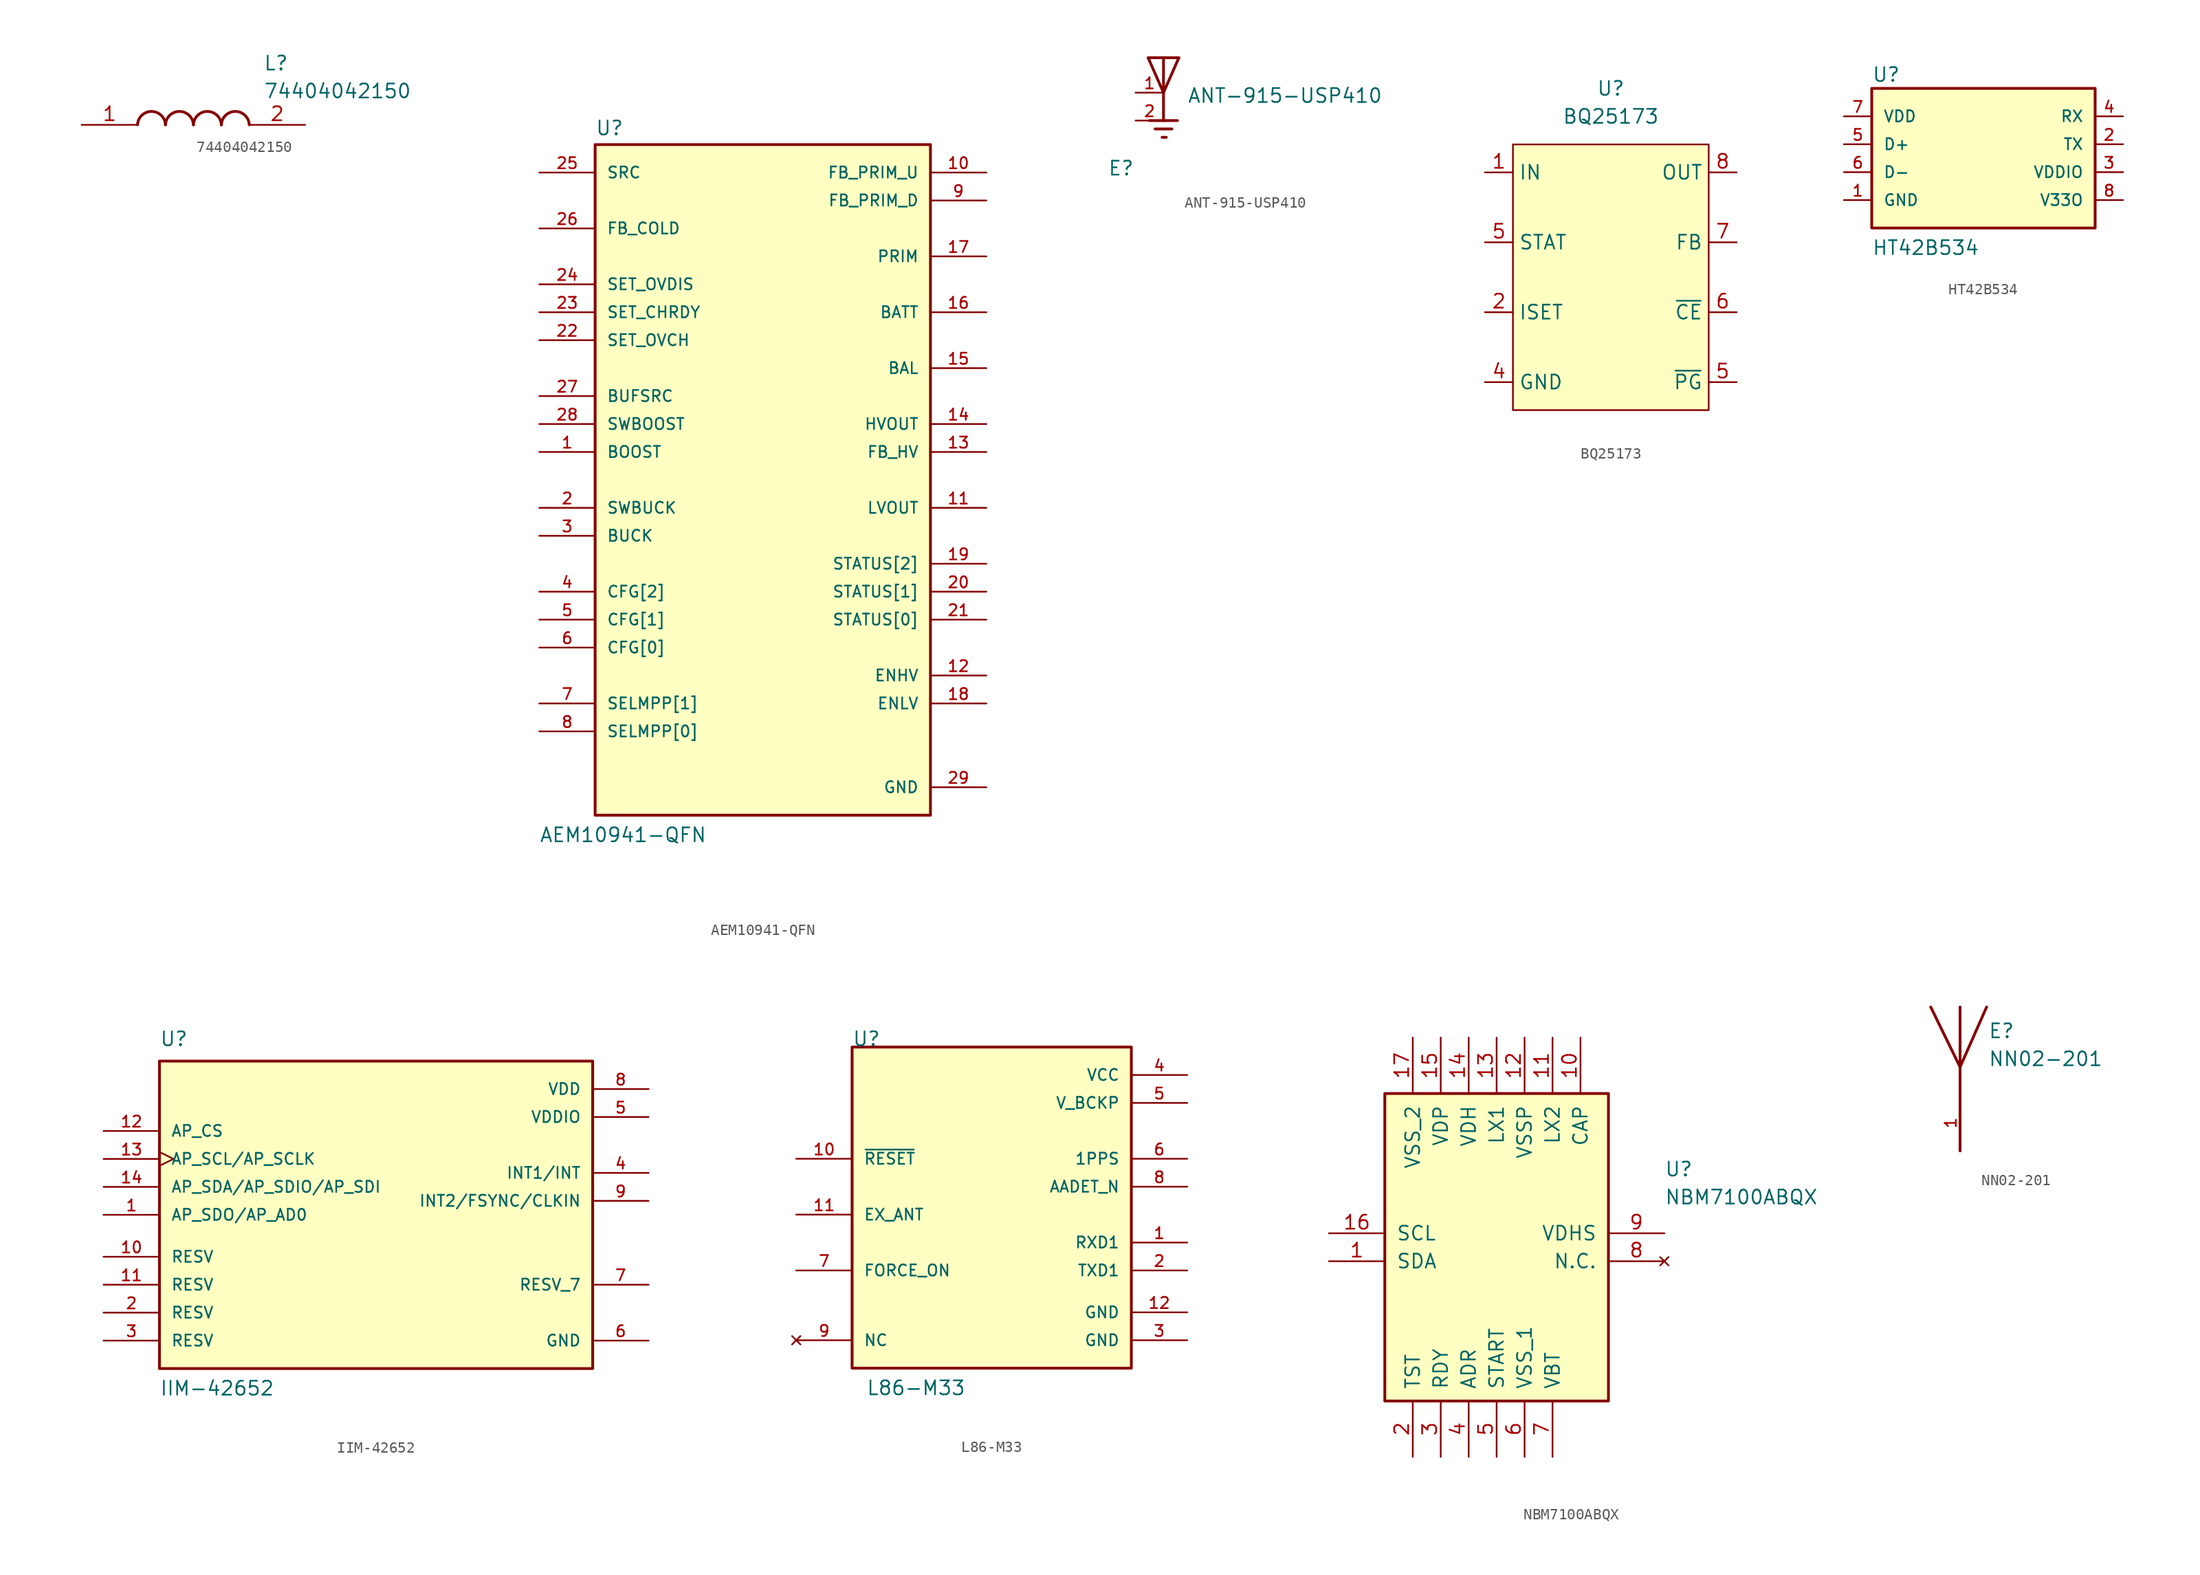
<source format=kicad_sym>
(kicad_symbol_lib
  (version 20220914)
  (generator kicad_symbol_editor)
  (symbol "74404042150"
    (pin_names hide)
    (property "Reference" "L"
      (at 16.51 6.35 0)
      (effects (font (size 1.27 1.27)) (justify left top)))
    (property "Value" "74404042150"
      (at 16.51 3.81 0)
      (effects (font (size 1.27 1.27)) (justify left top)))
    (symbol "74404042150_1_1"
      (arc (start 7.62 0) (mid 6.35 1.219) (end 5.08 0) (stroke (width 0.254) (type default)) (fill (type none)))
      (arc (start 10.16 0) (mid 8.89 1.219) (end 7.62 0) (stroke (width 0.254) (type default)) (fill (type none)))
      (arc (start 12.7 0) (mid 11.43 1.219) (end 10.16 0) (stroke (width 0.254) (type default)) (fill (type none)))
      (arc (start 15.24 0) (mid 13.97 1.219) (end 12.7 0) (stroke (width 0.254) (type default)) (fill (type none)))
      (pin passive line (at 0 0 0) (length 5.08) (name "1" (effects (font (size 1.27 1.27)))) (number "1" (effects (font (size 1.27 1.27)))))
      (pin passive line (at 20.32 0 180) (length 5.08) (name "2" (effects (font (size 1.27 1.27)))) (number "2" (effects (font (size 1.27 1.27)))))))
  (symbol "AEM10941-QFN"
    (pin_names
      (offset 1.016))
    (property "Reference" "U"
      (at -15.24 31.242 0)
      (effects (font (size 1.27 1.27)) (justify left bottom)))
    (property "Value" "AEM10941-QFN"
      (at -20.32 -33.02 0)
      (effects (font (size 1.27 1.27)) (justify left bottom)))
    (symbol "AEM10941-QFN_0_0"
      (rectangle (start -15.24 -30.48) (end 15.24 30.48) (stroke (width 0.254) (type default)) (fill (type background)))
      (pin output line (at -20.32 2.54 0) (length 5.08) (name "BOOST" (effects (font (size 1.016 1.016)))) (number "1" (effects (font (size 1.016 1.016)))))
      (pin bidirectional line (at 20.32 27.94 180) (length 5.08) (name "FB_PRIM_U" (effects (font (size 1.016 1.016)))) (number "10" (effects (font (size 1.016 1.016)))))
      (pin output line (at 20.32 -2.54 180) (length 5.08) (name "LVOUT" (effects (font (size 1.016 1.016)))) (number "11" (effects (font (size 1.016 1.016)))))
      (pin input line (at 20.32 -17.78 180) (length 5.08) (name "ENHV" (effects (font (size 1.016 1.016)))) (number "12" (effects (font (size 1.016 1.016)))))
      (pin bidirectional line (at 20.32 2.54 180) (length 5.08) (name "FB_HV" (effects (font (size 1.016 1.016)))) (number "13" (effects (font (size 1.016 1.016)))))
      (pin output line (at 20.32 5.08 180) (length 5.08) (name "HVOUT" (effects (font (size 1.016 1.016)))) (number "14" (effects (font (size 1.016 1.016)))))
      (pin bidirectional line (at 20.32 10.16 180) (length 5.08) (name "BAL" (effects (font (size 1.016 1.016)))) (number "15" (effects (font (size 1.016 1.016)))))
      (pin output line (at 20.32 15.24 180) (length 5.08) (name "BATT" (effects (font (size 1.016 1.016)))) (number "16" (effects (font (size 1.016 1.016)))))
      (pin bidirectional line (at 20.32 20.32 180) (length 5.08) (name "PRIM" (effects (font (size 1.016 1.016)))) (number "17" (effects (font (size 1.016 1.016)))))
      (pin input line (at 20.32 -20.32 180) (length 5.08) (name "ENLV" (effects (font (size 1.016 1.016)))) (number "18" (effects (font (size 1.016 1.016)))))
      (pin output line (at 20.32 -7.62 180) (length 5.08) (name "STATUS[2]" (effects (font (size 1.016 1.016)))) (number "19" (effects (font (size 1.016 1.016)))))
      (pin bidirectional line (at -20.32 -2.54 0) (length 5.08) (name "SWBUCK" (effects (font (size 1.016 1.016)))) (number "2" (effects (font (size 1.016 1.016)))))
      (pin output line (at 20.32 -10.16 180) (length 5.08) (name "STATUS[1]" (effects (font (size 1.016 1.016)))) (number "20" (effects (font (size 1.016 1.016)))))
      (pin output line (at 20.32 -12.7 180) (length 5.08) (name "STATUS[0]" (effects (font (size 1.016 1.016)))) (number "21" (effects (font (size 1.016 1.016)))))
      (pin bidirectional line (at -20.32 12.7 0) (length 5.08) (name "SET_OVCH" (effects (font (size 1.016 1.016)))) (number "22" (effects (font (size 1.016 1.016)))))
      (pin bidirectional line (at -20.32 15.24 0) (length 5.08) (name "SET_CHRDY" (effects (font (size 1.016 1.016)))) (number "23" (effects (font (size 1.016 1.016)))))
      (pin bidirectional line (at -20.32 17.78 0) (length 5.08) (name "SET_OVDIS" (effects (font (size 1.016 1.016)))) (number "24" (effects (font (size 1.016 1.016)))))
      (pin input line (at -20.32 27.94 0) (length 5.08) (name "SRC" (effects (font (size 1.016 1.016)))) (number "25" (effects (font (size 1.016 1.016)))))
      (pin bidirectional line (at -20.32 22.86 0) (length 5.08) (name "FB_COLD" (effects (font (size 1.016 1.016)))) (number "26" (effects (font (size 1.016 1.016)))))
      (pin bidirectional line (at -20.32 7.62 0) (length 5.08) (name "BUFSRC" (effects (font (size 1.016 1.016)))) (number "27" (effects (font (size 1.016 1.016)))))
      (pin bidirectional line (at -20.32 5.08 0) (length 5.08) (name "SWBOOST" (effects (font (size 1.016 1.016)))) (number "28" (effects (font (size 1.016 1.016)))))
      (pin power_in line (at 20.32 -27.94 180) (length 5.08) (name "GND" (effects (font (size 1.016 1.016)))) (number "29" (effects (font (size 1.016 1.016)))))
      (pin output line (at -20.32 -5.08 0) (length 5.08) (name "BUCK" (effects (font (size 1.016 1.016)))) (number "3" (effects (font (size 1.016 1.016)))))
      (pin bidirectional line (at -20.32 -10.16 0) (length 5.08) (name "CFG[2]" (effects (font (size 1.016 1.016)))) (number "4" (effects (font (size 1.016 1.016)))))
      (pin bidirectional line (at -20.32 -12.7 0) (length 5.08) (name "CFG[1]" (effects (font (size 1.016 1.016)))) (number "5" (effects (font (size 1.016 1.016)))))
      (pin bidirectional line (at -20.32 -15.24 0) (length 5.08) (name "CFG[0]" (effects (font (size 1.016 1.016)))) (number "6" (effects (font (size 1.016 1.016)))))
      (pin bidirectional line (at -20.32 -20.32 0) (length 5.08) (name "SELMPP[1]" (effects (font (size 1.016 1.016)))) (number "7" (effects (font (size 1.016 1.016)))))
      (pin bidirectional line (at -20.32 -22.86 0) (length 5.08) (name "SELMPP[0]" (effects (font (size 1.016 1.016)))) (number "8" (effects (font (size 1.016 1.016)))))
      (pin bidirectional line (at 20.32 25.4 180) (length 5.08) (name "FB_PRIM_D" (effects (font (size 1.016 1.016)))) (number "9" (effects (font (size 1.016 1.016)))))))
  (symbol "ANT-915-USP410"
    (pin_names
      (offset 1.016) hide)
    (property "Reference" "E"
      (at -5.08 -7.62 0)
      (effects (font (size 1.27 1.27)) (justify left bottom)))
    (property "Value" "ANT-915-USP410"
      (at 2.159 -1.016 0)
      (effects (font (size 1.27 1.27)) (justify left bottom)))
    (property "ki_locked" ""
      (at 0 0 0)
      (effects (font (size 1.27 1.27))))
    (symbol "ANT-915-USP410_0_0"
      (polyline (pts (xy -1.397 3.175) (xy 0 3.175)) (stroke (width 0.254) (type default)) (fill (type none)))
      (polyline (pts (xy -0.762 -3.302) (xy 0.762 -3.302)) (stroke (width 0.254) (type default)) (fill (type none)))
      (polyline (pts (xy -0.127 -4.064) (xy 0.254 -4.064)) (stroke (width 0.254) (type default)) (fill (type none)))
      (polyline (pts (xy 0 -2.54) (xy -1.27 -2.54)) (stroke (width 0.254) (type default)) (fill (type none)))
      (polyline (pts (xy 0 -2.54) (xy 1.27 -2.54)) (stroke (width 0.254) (type default)) (fill (type none)))
      (polyline (pts (xy 0 0) (xy -1.397 3.175)) (stroke (width 0.254) (type default)) (fill (type none)))
      (polyline (pts (xy 0 0) (xy 0 -2.54)) (stroke (width 0.254) (type default)) (fill (type none)))
      (polyline (pts (xy 0 3.175) (xy 0 0)) (stroke (width 0.254) (type default)) (fill (type none)))
      (polyline (pts (xy 0 3.175) (xy 1.397 3.175)) (stroke (width 0.254) (type default)) (fill (type none)))
      (polyline (pts (xy 1.397 3.175) (xy 0 0)) (stroke (width 0.254) (type default)) (fill (type none)))
      (pin passive line (at -2.54 0 0) (length 2.54) (name "~" (effects (font (size 1.016 1.016)))) (number "1" (effects (font (size 1.016 1.016)))))
      (pin power_in line (at -2.54 -2.54 0) (length 2.54) (name "~" (effects (font (size 1.016 1.016)))) (number "2" (effects (font (size 1.016 1.016)))))))
  (symbol "BQ25173"
    (property "Reference" "U"
      (at 0 17.78 0)
      (effects (font (size 1.27 1.27))))
    (property "Value" "BQ25173"
      (at 0 15.24 0)
      (effects (font (size 1.27 1.27))))
    (symbol "BQ25173_0_1"
      (rectangle (start -8.89 12.7) (end 8.89 -11.43) (stroke (width 0) (type default)) (fill (type background))))
    (symbol "BQ25173_1_1"
      (pin power_in line (at -11.43 10.16 0) (length 2.54) (name "IN" (effects (font (size 1.27 1.27)))) (number "1" (effects (font (size 1.27 1.27)))))
      (pin input line (at -11.43 -2.54 0) (length 2.54) (name "ISET" (effects (font (size 1.27 1.27)))) (number "2" (effects (font (size 1.27 1.27)))))
      (pin power_in line (at -11.43 -8.89 0) (length 2.54) (name "GND" (effects (font (size 1.27 1.27)))) (number "4" (effects (font (size 1.27 1.27)))))
      (pin input line (at -11.43 3.81 0) (length 2.54) (name "STAT" (effects (font (size 1.27 1.27)))) (number "5" (effects (font (size 1.27 1.27)))))
      (pin input line (at 11.43 -8.89 180) (length 2.54) (name "~{PG}" (effects (font (size 1.27 1.27)))) (number "5" (effects (font (size 1.27 1.27)))))
      (pin input line (at 11.43 -2.54 180) (length 2.54) (name "~{CE}" (effects (font (size 1.27 1.27)))) (number "6" (effects (font (size 1.27 1.27)))))
      (pin bidirectional line (at 11.43 3.81 180) (length 2.54) (name "FB" (effects (font (size 1.27 1.27)))) (number "7" (effects (font (size 1.27 1.27)))))
      (pin bidirectional line (at 11.43 10.16 180) (length 2.54) (name "OUT" (effects (font (size 1.27 1.27)))) (number "8" (effects (font (size 1.27 1.27)))))))
  (symbol "HT42B534"
    (pin_names
      (offset 1.016))
    (property "Reference" "U"
      (at 0 13.208 0)
      (effects (font (size 1.27 1.27)) (justify left bottom)))
    (property "Value" "HT42B534"
      (at 0 -2.54 0)
      (effects (font (size 1.27 1.27)) (justify left bottom)))
    (symbol "HT42B534_0_0"
      (rectangle (start 0 12.7) (end 20.32 0) (stroke (width 0.254) (type default)) (fill (type background)))
      (pin power_in line (at -2.54 2.54 0) (length 2.54) (name "GND" (effects (font (size 1.016 1.016)))) (number "1" (effects (font (size 1.016 1.016)))))
      (pin output line (at 22.86 7.62 180) (length 2.54) (name "TX" (effects (font (size 1.016 1.016)))) (number "2" (effects (font (size 1.016 1.016)))))
      (pin input line (at 22.86 5.08 180) (length 2.54) (name "VDDIO" (effects (font (size 1.016 1.016)))) (number "3" (effects (font (size 1.016 1.016)))))
      (pin input line (at 22.86 10.16 180) (length 2.54) (name "RX" (effects (font (size 1.016 1.016)))) (number "4" (effects (font (size 1.016 1.016)))))
      (pin bidirectional line (at -2.54 7.62 0) (length 2.54) (name "D+" (effects (font (size 1.016 1.016)))) (number "5" (effects (font (size 1.016 1.016)))))
      (pin bidirectional line (at -2.54 5.08 0) (length 2.54) (name "D-" (effects (font (size 1.016 1.016)))) (number "6" (effects (font (size 1.016 1.016)))))
      (pin power_in line (at -2.54 10.16 0) (length 2.54) (name "VDD" (effects (font (size 1.016 1.016)))) (number "7" (effects (font (size 1.016 1.016)))))
      (pin output line (at 22.86 2.54 180) (length 2.54) (name "V33O" (effects (font (size 1.016 1.016)))) (number "8" (effects (font (size 1.016 1.016)))))))
  (symbol "IIM-42652"
    (pin_names
      (offset 1.016))
    (property "Reference" "U"
      (at -21.59 15.24 0)
      (effects (font (size 1.27 1.27)) (justify left bottom)))
    (property "Value" "IIM-42652"
      (at -21.59 -16.51 0)
      (effects (font (size 1.27 1.27)) (justify left bottom)))
    (symbol "IIM-42652_0_0"
      (rectangle (start -21.59 13.97) (end 17.78 -13.97) (stroke (width 0.254) (type default)) (fill (type background)))
      (pin bidirectional line (at -26.67 0 0) (length 5.08) (name "AP_SDO/AP_AD0" (effects (font (size 1.016 1.016)))) (number "1" (effects (font (size 1.016 1.016)))))
      (pin passive line (at -26.67 -3.81 0) (length 5.08) (name "RESV" (effects (font (size 1.016 1.016)))) (number "10" (effects (font (size 1.016 1.016)))))
      (pin passive line (at -26.67 -6.35 0) (length 5.08) (name "RESV" (effects (font (size 1.016 1.016)))) (number "11" (effects (font (size 1.016 1.016)))))
      (pin input line (at -26.67 7.62 0) (length 5.08) (name "AP_CS" (effects (font (size 1.016 1.016)))) (number "12" (effects (font (size 1.016 1.016)))))
      (pin input clock (at -26.67 5.08 0) (length 5.08) (name "AP_SCL/AP_SCLK" (effects (font (size 1.016 1.016)))) (number "13" (effects (font (size 1.016 1.016)))))
      (pin bidirectional line (at -26.67 2.54 0) (length 5.08) (name "AP_SDA/AP_SDIO/AP_SDI" (effects (font (size 1.016 1.016)))) (number "14" (effects (font (size 1.016 1.016)))))
      (pin passive line (at -26.67 -8.89 0) (length 5.08) (name "RESV" (effects (font (size 1.016 1.016)))) (number "2" (effects (font (size 1.016 1.016)))))
      (pin passive line (at -26.67 -11.43 0) (length 5.08) (name "RESV" (effects (font (size 1.016 1.016)))) (number "3" (effects (font (size 1.016 1.016)))))
      (pin output line (at 22.86 3.81 180) (length 5.08) (name "INT1/INT" (effects (font (size 1.016 1.016)))) (number "4" (effects (font (size 1.016 1.016)))))
      (pin power_in line (at 22.86 8.89 180) (length 5.08) (name "VDDIO" (effects (font (size 1.016 1.016)))) (number "5" (effects (font (size 1.016 1.016)))))
      (pin power_in line (at 22.86 -11.43 180) (length 5.08) (name "GND" (effects (font (size 1.016 1.016)))) (number "6" (effects (font (size 1.016 1.016)))))
      (pin passive line (at 22.86 -6.35 180) (length 5.08) (name "RESV_7" (effects (font (size 1.016 1.016)))) (number "7" (effects (font (size 1.016 1.016)))))
      (pin power_in line (at 22.86 11.43 180) (length 5.08) (name "VDD" (effects (font (size 1.016 1.016)))) (number "8" (effects (font (size 1.016 1.016)))))
      (pin bidirectional line (at 22.86 1.27 180) (length 5.08) (name "INT2/FSYNC/CLKIN" (effects (font (size 1.016 1.016)))) (number "9" (effects (font (size 1.016 1.016)))))))
  (symbol "L86-M33"
    (pin_names
      (offset 1.016))
    (property "Reference" "U"
      (at -12.7 12.7 0)
      (effects (font (size 1.27 1.27)) (justify left bottom)))
    (property "Value" "L86-M33"
      (at -11.43 -19.05 0)
      (effects (font (size 1.27 1.27)) (justify left bottom)))
    (symbol "L86-M33_0_0"
      (rectangle (start -12.7 12.7) (end 12.7 -16.51) (stroke (width 0.254) (type default)) (fill (type background)))
      (pin input line (at 17.78 -5.08 180) (length 5.08) (name "RXD1" (effects (font (size 1.016 1.016)))) (number "1" (effects (font (size 1.016 1.016)))))
      (pin input line (at -17.78 2.54 0) (length 5.08) (name "~{RESET}" (effects (font (size 1.016 1.016)))) (number "10" (effects (font (size 1.016 1.016)))))
      (pin input line (at -17.78 -2.54 0) (length 5.08) (name "EX_ANT" (effects (font (size 1.016 1.016)))) (number "11" (effects (font (size 1.016 1.016)))))
      (pin power_in line (at 17.78 -11.43 180) (length 5.08) (name "GND" (effects (font (size 1.016 1.016)))) (number "12" (effects (font (size 1.016 1.016)))))
      (pin output line (at 17.78 -7.62 180) (length 5.08) (name "TXD1" (effects (font (size 1.016 1.016)))) (number "2" (effects (font (size 1.016 1.016)))))
      (pin power_in line (at 17.78 -13.97 180) (length 5.08) (name "GND" (effects (font (size 1.016 1.016)))) (number "3" (effects (font (size 1.016 1.016)))))
      (pin power_in line (at 17.78 10.16 180) (length 5.08) (name "VCC" (effects (font (size 1.016 1.016)))) (number "4" (effects (font (size 1.016 1.016)))))
      (pin power_in line (at 17.78 7.62 180) (length 5.08) (name "V_BCKP" (effects (font (size 1.016 1.016)))) (number "5" (effects (font (size 1.016 1.016)))))
      (pin output line (at 17.78 2.54 180) (length 5.08) (name "1PPS" (effects (font (size 1.016 1.016)))) (number "6" (effects (font (size 1.016 1.016)))))
      (pin input line (at -17.78 -7.62 0) (length 5.08) (name "FORCE_ON" (effects (font (size 1.016 1.016)))) (number "7" (effects (font (size 1.016 1.016)))))
      (pin output line (at 17.78 0 180) (length 5.08) (name "AADET_N" (effects (font (size 1.016 1.016)))) (number "8" (effects (font (size 1.016 1.016)))))
      (pin no_connect line (at -17.78 -13.97 0) (length 5.08) (name "NC" (effects (font (size 1.016 1.016)))) (number "9" (effects (font (size 1.016 1.016)))))))
  (symbol "NBM7100ABQX"
    (pin_names
      (offset 1.016))
    (property "Reference" "U"
      (at 15.24 6.35 0)
      (effects (font (size 1.27 1.27)) (justify left bottom)))
    (property "Value" "NBM7100ABQX"
      (at 15.24 3.81 0)
      (effects (font (size 1.27 1.27)) (justify left bottom)))
    (symbol "NBM7100ABQX_1_1"
      (rectangle (start -10.16 13.97) (end 10.16 -13.97) (stroke (width 0.254) (type default)) (fill (type background)))
      (pin passive line (at -15.24 -1.27 0) (length 5.08) (name "SDA" (effects (font (size 1.27 1.27)))) (number "1" (effects (font (size 1.27 1.27)))))
      (pin passive line (at 7.62 19.05 270) (length 5.08) (name "CAP" (effects (font (size 1.27 1.27)))) (number "10" (effects (font (size 1.27 1.27)))))
      (pin passive line (at 5.08 19.05 270) (length 5.08) (name "LX2" (effects (font (size 1.27 1.27)))) (number "11" (effects (font (size 1.27 1.27)))))
      (pin passive line (at 2.54 19.05 270) (length 5.08) (name "VSSP" (effects (font (size 1.27 1.27)))) (number "12" (effects (font (size 1.27 1.27)))))
      (pin passive line (at 0 19.05 270) (length 5.08) (name "LX1" (effects (font (size 1.27 1.27)))) (number "13" (effects (font (size 1.27 1.27)))))
      (pin passive line (at -2.54 19.05 270) (length 5.08) (name "VDH" (effects (font (size 1.27 1.27)))) (number "14" (effects (font (size 1.27 1.27)))))
      (pin passive line (at -5.08 19.05 270) (length 5.08) (name "VDP" (effects (font (size 1.27 1.27)))) (number "15" (effects (font (size 1.27 1.27)))))
      (pin passive line (at -15.24 1.27 0) (length 5.08) (name "SCL" (effects (font (size 1.27 1.27)))) (number "16" (effects (font (size 1.27 1.27)))))
      (pin passive line (at -7.62 19.05 270) (length 5.08) (name "VSS_2" (effects (font (size 1.27 1.27)))) (number "17" (effects (font (size 1.27 1.27)))))
      (pin passive line (at -7.62 -19.05 90) (length 5.08) (name "TST" (effects (font (size 1.27 1.27)))) (number "2" (effects (font (size 1.27 1.27)))))
      (pin passive line (at -5.08 -19.05 90) (length 5.08) (name "RDY" (effects (font (size 1.27 1.27)))) (number "3" (effects (font (size 1.27 1.27)))))
      (pin passive line (at -2.54 -19.05 90) (length 5.08) (name "ADR" (effects (font (size 1.27 1.27)))) (number "4" (effects (font (size 1.27 1.27)))))
      (pin passive line (at 0 -19.05 90) (length 5.08) (name "START" (effects (font (size 1.27 1.27)))) (number "5" (effects (font (size 1.27 1.27)))))
      (pin passive line (at 2.54 -19.05 90) (length 5.08) (name "VSS_1" (effects (font (size 1.27 1.27)))) (number "6" (effects (font (size 1.27 1.27)))))
      (pin passive line (at 5.08 -19.05 90) (length 5.08) (name "VBT" (effects (font (size 1.27 1.27)))) (number "7" (effects (font (size 1.27 1.27)))))
      (pin no_connect line (at 15.24 -1.27 180) (length 5.08) (name "N.C." (effects (font (size 1.27 1.27)))) (number "8" (effects (font (size 1.27 1.27)))))
      (pin passive line (at 15.24 1.27 180) (length 5.08) (name "VDHS" (effects (font (size 1.27 1.27)))) (number "9" (effects (font (size 1.27 1.27)))))))
  (symbol "NN02-201"
    (pin_names
      (offset 1.016))
    (property "Reference" "E"
      (at 2.54 5.08 0)
      (effects (font (size 1.27 1.27)) (justify left bottom)))
    (property "Value" "NN02-201"
      (at 2.54 2.54 0)
      (effects (font (size 1.27 1.27)) (justify left bottom)))
    (symbol "NN02-201_0_0"
      (polyline (pts (xy 0 2.54) (xy -2.667 8.001)) (stroke (width 0.254) (type default)) (fill (type none)))
      (polyline (pts (xy 0 2.54) (xy 0 -5.08)) (stroke (width 0.254) (type default)) (fill (type none)))
      (polyline (pts (xy 0 8.001) (xy 0 2.54)) (stroke (width 0.254) (type default)) (fill (type none)))
      (polyline (pts (xy 2.413 8.001) (xy 0 2.54)) (stroke (width 0.254) (type default)) (fill (type none)))
      (pin input line (at 0 -5.08 90) (length 5.08) (name "~" (effects (font (size 1.016 1.016)))) (number "1" (effects (font (size 1.016 1.016))))))))
</source>
